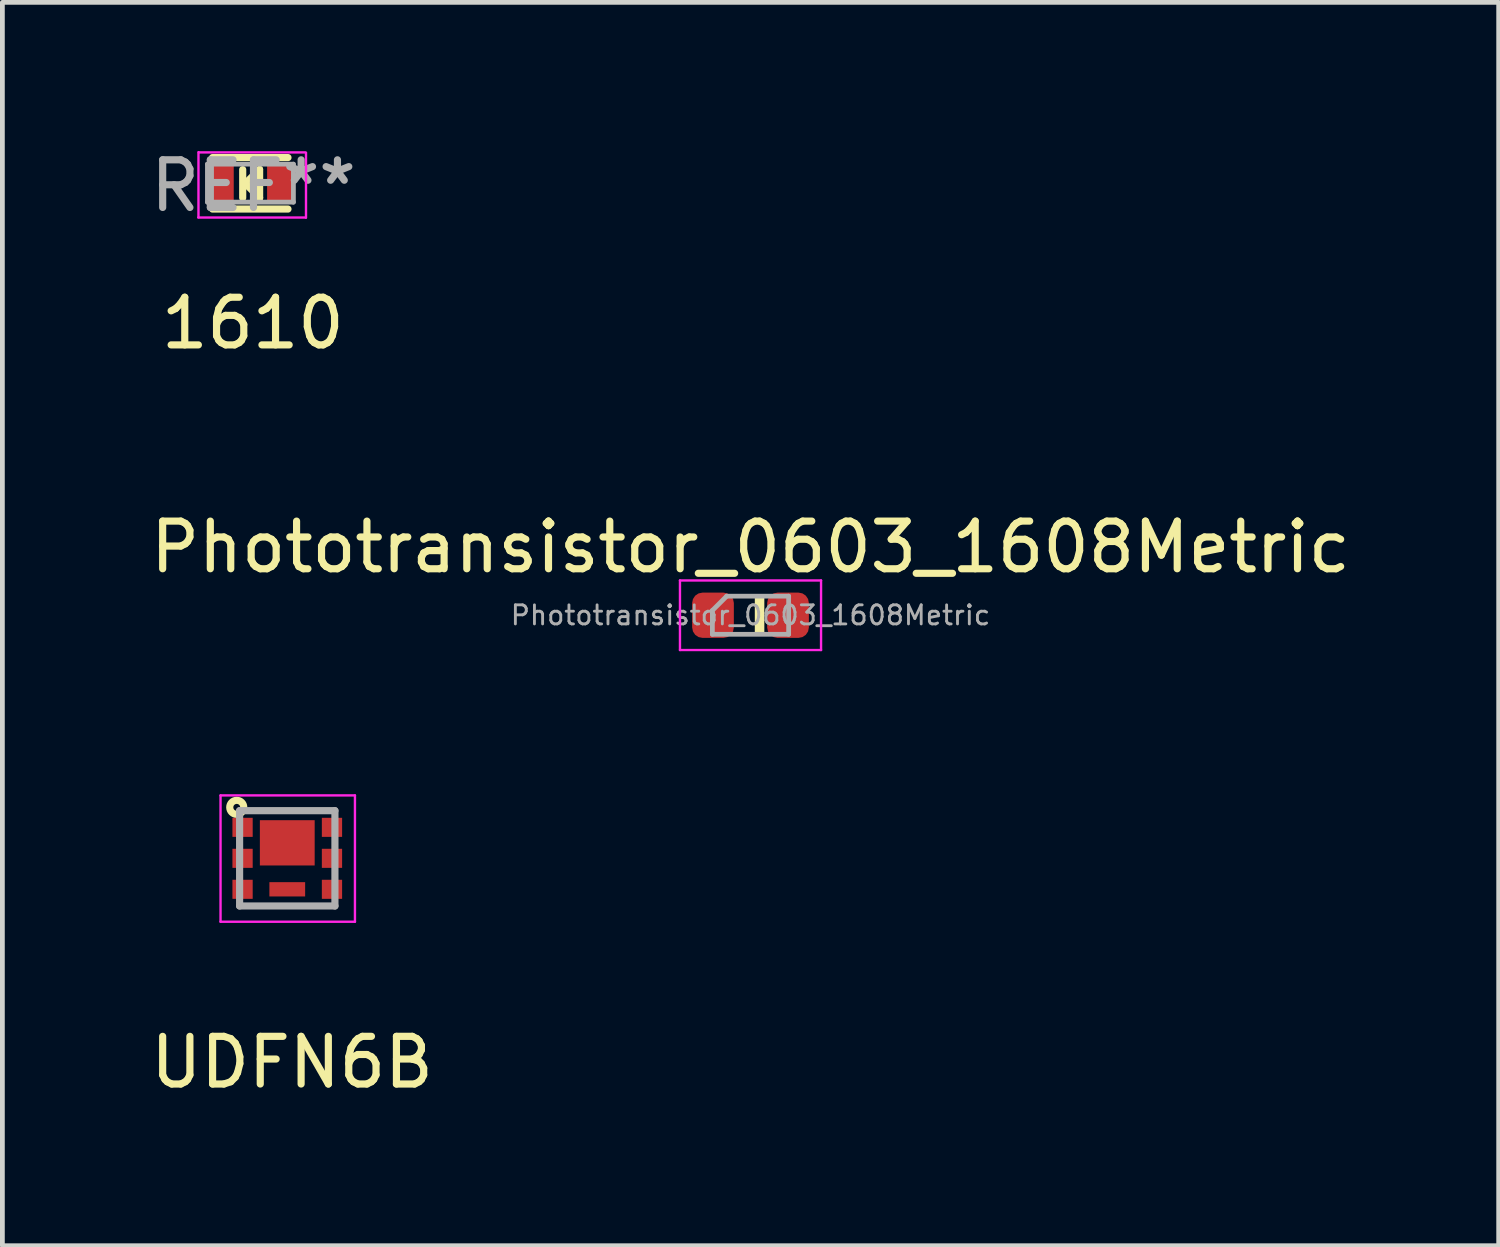
<source format=kicad_pcb>
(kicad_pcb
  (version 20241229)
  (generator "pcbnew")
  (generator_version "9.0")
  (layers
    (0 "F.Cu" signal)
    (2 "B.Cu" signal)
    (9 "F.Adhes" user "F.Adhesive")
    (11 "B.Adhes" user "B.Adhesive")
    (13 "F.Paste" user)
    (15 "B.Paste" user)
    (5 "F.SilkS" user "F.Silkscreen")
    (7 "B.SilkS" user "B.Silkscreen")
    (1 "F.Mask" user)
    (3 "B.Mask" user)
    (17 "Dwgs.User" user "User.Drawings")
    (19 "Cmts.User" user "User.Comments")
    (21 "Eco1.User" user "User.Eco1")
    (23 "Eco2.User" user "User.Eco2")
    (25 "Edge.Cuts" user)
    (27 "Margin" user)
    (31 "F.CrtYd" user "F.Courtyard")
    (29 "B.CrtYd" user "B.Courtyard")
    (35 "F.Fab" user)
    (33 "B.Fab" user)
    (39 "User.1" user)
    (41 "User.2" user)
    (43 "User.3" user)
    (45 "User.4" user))
  (footprint "UDFN6B"
    (layer "F.Cu")
    (at 2.977 14.958)
    (property "Reference" "UDFN6B" (at 0.1 4.28 0) (layer "F.SilkS") (effects (font (size 1 1) (thickness 0.15))))
    (attr through_hole)
    (fp_circle (center -1.06 -1.07) (end -1.02 -1.01) (stroke (width 0.15) (type solid)) (fill no) (layer "F.SilkS"))
    (fp_line (start -1.4 -1.32) (end 1.42 -1.32) (stroke (width 0.05) (type solid)) (layer "F.CrtYd"))
    (fp_line (start -1.4 1.33) (end -1.4 -1.32) (stroke (width 0.05) (type solid)) (layer "F.CrtYd"))
    (fp_line (start 1.42 -1.32) (end 1.42 1.33) (stroke (width 0.05) (type solid)) (layer "F.CrtYd"))
    (fp_line (start 1.42 1.33) (end -1.4 1.33) (stroke (width 0.05) (type solid)) (layer "F.CrtYd"))
    (fp_line (start -1 -1) (end 1 -1) (stroke (width 0.15) (type solid)) (layer "F.Fab"))
    (fp_line (start -1 1) (end -1 -1) (stroke (width 0.15) (type solid)) (layer "F.Fab"))
    (fp_line (start 1 -1) (end 1 1) (stroke (width 0.15) (type solid)) (layer "F.Fab"))
    (fp_line (start 1 1) (end -1 1) (stroke (width 0.15) (type solid)) (layer "F.Fab"))
    (pad "1" smd rect (at -0.938 -0.65 90) (size 0.4 0.425) (layers "F.Cu" "F.Mask" "F.Paste"))
    (pad "2" smd rect (at -0.938 0 90) (size 0.4 0.425) (layers "F.Cu" "F.Mask" "F.Paste"))
    (pad "3" smd rect (at -0.938 0.65 90) (size 0.4 0.425) (layers "F.Cu" "F.Mask" "F.Paste"))
    (pad "4" smd rect (at 0.938 0.65 90) (size 0.4 0.425) (layers "F.Cu" "F.Mask" "F.Paste"))
    (pad "5" smd rect (at 0.938 0 90) (size 0.4 0.425) (layers "F.Cu" "F.Mask" "F.Paste"))
    (pad "6" smd rect (at 0.938 -0.65 90) (size 0.4 0.425) (layers "F.Cu" "F.Mask" "F.Paste"))
    (pad "D" smd rect (at 0 -0.325 90) (size 0.95 1.15) (layers "F.Cu" "F.Mask" "F.Paste"))
    (pad "S" smd rect (at 0 0.65 90) (size 0.3 0.75) (layers "F.Cu" "F.Mask" "F.Paste")))
  (footprint "1610"
    (layer "F.Cu")
    (at 2.227 0.772)
    (property "Reference" "1610" (at 0.028 2.959 0) (layer "F.SilkS") (effects (font (size 1 1) (thickness 0.15))))
    (attr smd)
    (fp_line (start -0.818 -0.516) (end 0.765 -0.516) (stroke (width 0.15) (type solid)) (layer "F.SilkS"))
    (fp_line (start -0.818 0.564) (end 0.765 0.564) (stroke (width 0.15) (type solid)) (layer "F.SilkS"))
    (fp_line (start -0.185 0.328) (end -0.185 -0.264) (stroke (width 0.15) (type solid)) (layer "F.SilkS"))
    (fp_line (start -0.13 0.028) (end 0.17 0.328) (stroke (width 0.15) (type solid)) (layer "F.SilkS"))
    (fp_line (start 0.168 -0.269) (end -0.13 0.028) (stroke (width 0.15) (type solid)) (layer "F.SilkS"))
    (fp_line (start 0.17 0.328) (end 0.17 -0.264) (stroke (width 0.15) (type solid)) (layer "F.SilkS"))
    (fp_line (start -1.113 0.737) (end -1.113 -0.63) (stroke (width 0.05) (type solid)) (layer "F.CrtYd"))
    (fp_line (start -1.107 -0.625) (end 1.123 -0.625) (stroke (width 0.05) (type solid)) (layer "F.CrtYd"))
    (fp_line (start 1.133 0.742) (end -1.118 0.742) (stroke (width 0.05) (type solid)) (layer "F.CrtYd"))
    (fp_line (start 1.143 -0.62) (end 1.143 0.747) (stroke (width 0.05) (type solid)) (layer "F.CrtYd"))
    (fp_line (start -0.925 -0.378) (end 0.879 -0.378) (stroke (width 0.1) (type solid)) (layer "F.Fab"))
    (fp_line (start -0.925 0.419) (end -0.925 -0.378) (stroke (width 0.1) (type solid)) (layer "F.Fab"))
    (fp_line (start 0.879 -0.378) (end 0.879 0.419) (stroke (width 0.1) (type solid)) (layer "F.Fab"))
    (fp_line (start 0.879 0.419) (end -0.925 0.419) (stroke (width 0.1) (type solid)) (layer "F.Fab"))
    (fp_text user "REF**" (at 0.041 0.076 0) (layer "F.Fab") (effects (font (size 1 1) (thickness 0.15))))
    (pad "1" smd rect (at -0.648 0.025) (size 0.55 0.8) (layers "F.Cu" "F.Mask" "F.Paste"))
    (pad "2" smd rect (at 0.602 0.025) (size 0.55 0.8) (layers "F.Cu" "F.Mask" "F.Paste")))
  (footprint "Phototransistor_0603_1608Metric"
    (layer "F.Cu")
    (at 12.696 9.858)
    (property "Reference" "Phototransistor_0603_1608Metric" (at 0 -1.43 0) (layer "F.SilkS") (effects (font (size 1 1) (thickness 0.15))))
    (attr smd)
    (fp_poly (pts (xy 0.29 0.41) (xy 0.09 0.41) (xy 0.09 -0.42) (xy 0.29 -0.42)) (stroke (width 0) (type solid)) (fill yes) (layer "F.SilkS"))
    (fp_line (start -1.48 -0.73) (end 1.48 -0.73) (stroke (width 0.05) (type solid)) (layer "F.CrtYd"))
    (fp_line (start -1.48 0.73) (end -1.48 -0.73) (stroke (width 0.05) (type solid)) (layer "F.CrtYd"))
    (fp_line (start 1.48 -0.73) (end 1.48 0.73) (stroke (width 0.05) (type solid)) (layer "F.CrtYd"))
    (fp_line (start 1.48 0.73) (end -1.48 0.73) (stroke (width 0.05) (type solid)) (layer "F.CrtYd"))
    (fp_line (start -0.8 -0.1) (end -0.8 0.4) (stroke (width 0.1) (type solid)) (layer "F.Fab"))
    (fp_line (start -0.8 0.4) (end 0.8 0.4) (stroke (width 0.1) (type solid)) (layer "F.Fab"))
    (fp_line (start -0.5 -0.4) (end -0.8 -0.1) (stroke (width 0.1) (type solid)) (layer "F.Fab"))
    (fp_line (start 0.8 -0.4) (end -0.5 -0.4) (stroke (width 0.1) (type solid)) (layer "F.Fab"))
    (fp_line (start 0.8 0.4) (end 0.8 -0.4) (stroke (width 0.1) (type solid)) (layer "F.Fab"))
    (fp_text user "${REFERENCE}" (at 0 0 0) (layer "F.Fab") (effects (font (size 0.4 0.4) (thickness 0.06))))
    (pad "1" smd roundrect (at -0.787 0) (size 0.875 0.95) (layers "F.Cu" "F.Mask" "F.Paste") (roundrect_rratio 0.25))
    (pad "2" smd roundrect (at 0.787 0) (size 0.875 0.95) (layers "F.Cu" "F.Mask" "F.Paste") (roundrect_rratio 0.25)))
  (gr_rect
    (start -3 -3)
    (end 28.393 23.086)
    (stroke (width 0.1) (type default))
    (fill no)
    (layer "Edge.Cuts")))
</source>
